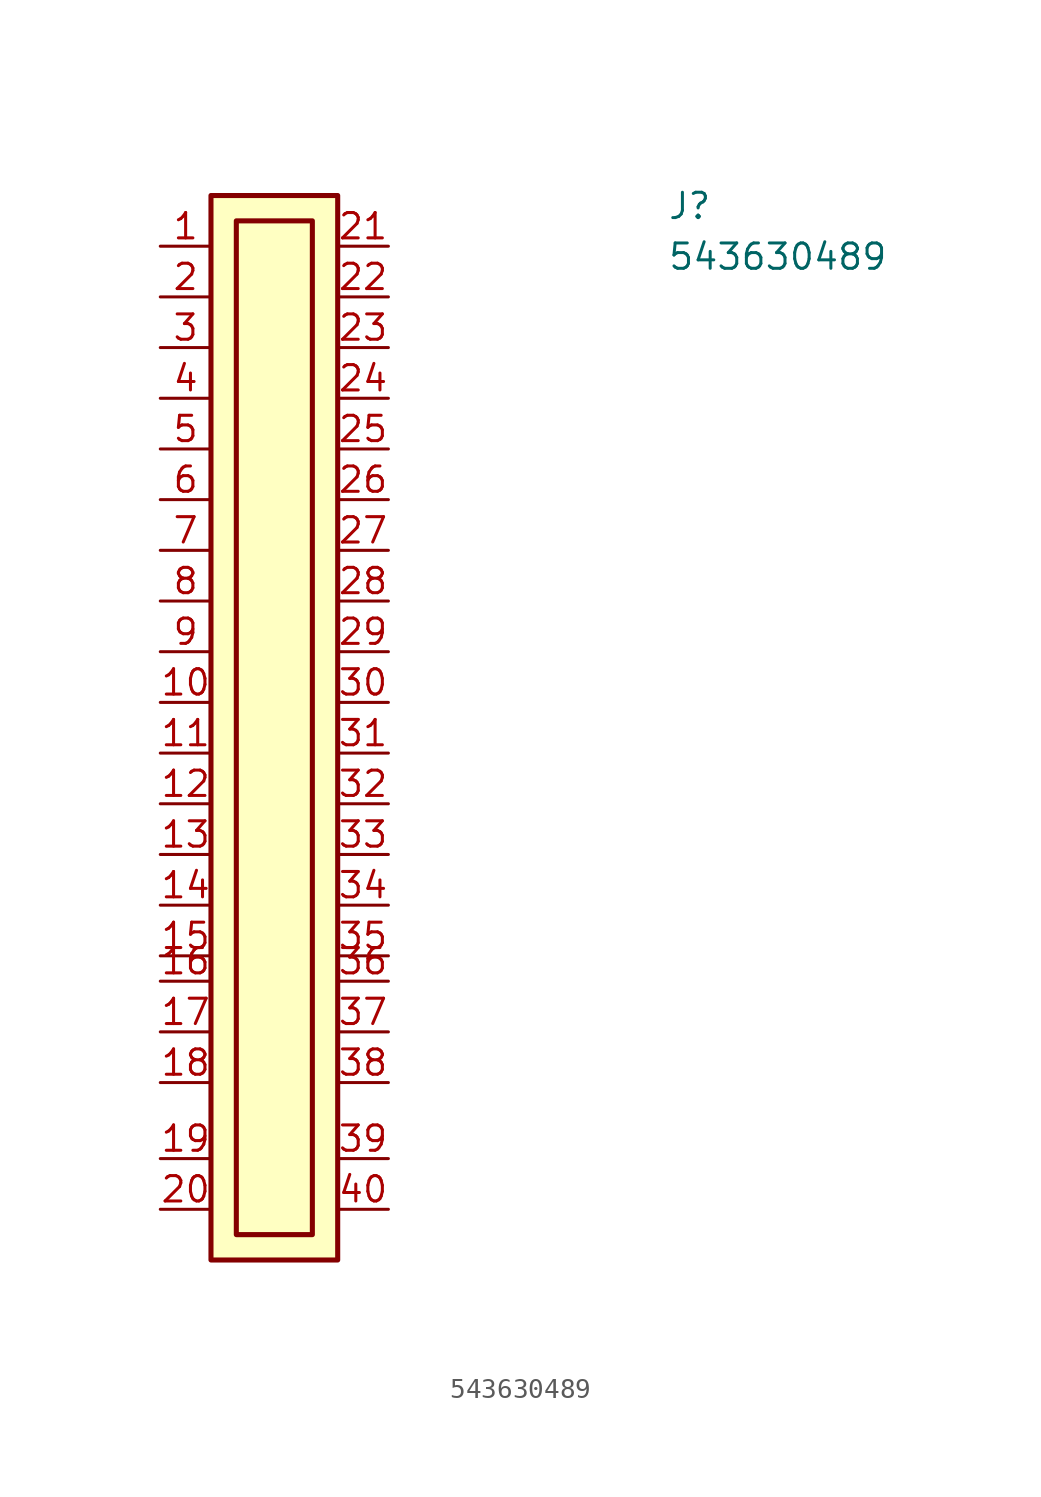
<source format=kicad_sym>
(kicad_symbol_lib
  (version 20211014)
  (generator kicad_symbol_editor)
  (symbol "543630489"
    (property "Reference" "J"
      (at 25.4 -5.08 0)
      (effects (font (size 1.27 1.27) (thickness 0.15)) (justify left bottom)))
    (property "Value" "543630489"
      (at 25.4 -7.62 0)
      (effects (font (size 1.27 1.27) (thickness 0.15)) (justify left bottom)))
    (symbol "543630489_1_1"
      (rectangle (start 2.54 -3.81) (end 8.89 -57.15) (stroke (width 0.254) (type default) (color 0 0 0 0)) (fill (type background)))
      (rectangle (start 3.81 -5.08) (end 7.62 -55.88) (stroke (width 0.254) (type default) (color 0 0 0 0)) (fill (type background)))
      (pin bidirectional line (at 0 -6.35 0) (length 2.54) (name "~" (effects (font (size 1.27 1.27)))) (number "1" (effects (font (size 1.27 1.27)))))
      (pin bidirectional line (at 0 -29.21 0) (length 2.54) (name "~" (effects (font (size 1.27 1.27)))) (number "10" (effects (font (size 1.27 1.27)))))
      (pin bidirectional line (at 0 -31.75 0) (length 2.54) (name "~" (effects (font (size 1.27 1.27)))) (number "11" (effects (font (size 1.27 1.27)))))
      (pin bidirectional line (at 0 -34.29 0) (length 2.54) (name "~" (effects (font (size 1.27 1.27)))) (number "12" (effects (font (size 1.27 1.27)))))
      (pin bidirectional line (at 0 -36.83 0) (length 2.54) (name "~" (effects (font (size 1.27 1.27)))) (number "13" (effects (font (size 1.27 1.27)))))
      (pin bidirectional line (at 0 -39.37 0) (length 2.54) (name "~" (effects (font (size 1.27 1.27)))) (number "14" (effects (font (size 1.27 1.27)))))
      (pin bidirectional line (at 0 -41.91 0) (length 2.54) (name "~" (effects (font (size 1.27 1.27)))) (number "15" (effects (font (size 1.27 1.27)))))
      (pin bidirectional line (at 0 -43.18 0) (length 2.54) (name "~" (effects (font (size 1.27 1.27)))) (number "16" (effects (font (size 1.27 1.27)))))
      (pin bidirectional line (at 0 -45.72 0) (length 2.54) (name "~" (effects (font (size 1.27 1.27)))) (number "17" (effects (font (size 1.27 1.27)))))
      (pin bidirectional line (at 0 -48.26 0) (length 2.54) (name "~" (effects (font (size 1.27 1.27)))) (number "18" (effects (font (size 1.27 1.27)))))
      (pin bidirectional line (at 0 -52.07 0) (length 2.54) (name "~" (effects (font (size 1.27 1.27)))) (number "19" (effects (font (size 1.27 1.27)))))
      (pin bidirectional line (at 0 -8.89 0) (length 2.54) (name "~" (effects (font (size 1.27 1.27)))) (number "2" (effects (font (size 1.27 1.27)))))
      (pin bidirectional line (at 0 -54.61 0) (length 2.54) (name "~" (effects (font (size 1.27 1.27)))) (number "20" (effects (font (size 1.27 1.27)))))
      (pin bidirectional line (at 11.43 -6.35 180) (length 2.54) (name "~" (effects (font (size 1.27 1.27)))) (number "21" (effects (font (size 1.27 1.27)))))
      (pin bidirectional line (at 11.43 -8.89 180) (length 2.54) (name "~" (effects (font (size 1.27 1.27)))) (number "22" (effects (font (size 1.27 1.27)))))
      (pin bidirectional line (at 11.43 -11.43 180) (length 2.54) (name "~" (effects (font (size 1.27 1.27)))) (number "23" (effects (font (size 1.27 1.27)))))
      (pin bidirectional line (at 11.43 -13.97 180) (length 2.54) (name "~" (effects (font (size 1.27 1.27)))) (number "24" (effects (font (size 1.27 1.27)))))
      (pin bidirectional line (at 11.43 -16.51 180) (length 2.54) (name "~" (effects (font (size 1.27 1.27)))) (number "25" (effects (font (size 1.27 1.27)))))
      (pin bidirectional line (at 11.43 -19.05 180) (length 2.54) (name "~" (effects (font (size 1.27 1.27)))) (number "26" (effects (font (size 1.27 1.27)))))
      (pin bidirectional line (at 11.43 -21.59 180) (length 2.54) (name "~" (effects (font (size 1.27 1.27)))) (number "27" (effects (font (size 1.27 1.27)))))
      (pin bidirectional line (at 11.43 -24.13 180) (length 2.54) (name "~" (effects (font (size 1.27 1.27)))) (number "28" (effects (font (size 1.27 1.27)))))
      (pin bidirectional line (at 11.43 -26.67 180) (length 2.54) (name "~" (effects (font (size 1.27 1.27)))) (number "29" (effects (font (size 1.27 1.27)))))
      (pin bidirectional line (at 0 -11.43 0) (length 2.54) (name "~" (effects (font (size 1.27 1.27)))) (number "3" (effects (font (size 1.27 1.27)))))
      (pin bidirectional line (at 11.43 -29.21 180) (length 2.54) (name "~" (effects (font (size 1.27 1.27)))) (number "30" (effects (font (size 1.27 1.27)))))
      (pin bidirectional line (at 11.43 -31.75 180) (length 2.54) (name "~" (effects (font (size 1.27 1.27)))) (number "31" (effects (font (size 1.27 1.27)))))
      (pin bidirectional line (at 11.43 -34.29 180) (length 2.54) (name "~" (effects (font (size 1.27 1.27)))) (number "32" (effects (font (size 1.27 1.27)))))
      (pin bidirectional line (at 11.43 -36.83 180) (length 2.54) (name "~" (effects (font (size 1.27 1.27)))) (number "33" (effects (font (size 1.27 1.27)))))
      (pin bidirectional line (at 11.43 -39.37 180) (length 2.54) (name "~" (effects (font (size 1.27 1.27)))) (number "34" (effects (font (size 1.27 1.27)))))
      (pin bidirectional line (at 11.43 -41.91 180) (length 2.54) (name "~" (effects (font (size 1.27 1.27)))) (number "35" (effects (font (size 1.27 1.27)))))
      (pin bidirectional line (at 11.43 -43.18 180) (length 2.54) (name "~" (effects (font (size 1.27 1.27)))) (number "36" (effects (font (size 1.27 1.27)))))
      (pin bidirectional line (at 11.43 -45.72 180) (length 2.54) (name "~" (effects (font (size 1.27 1.27)))) (number "37" (effects (font (size 1.27 1.27)))))
      (pin bidirectional line (at 11.43 -48.26 180) (length 2.54) (name "~" (effects (font (size 1.27 1.27)))) (number "38" (effects (font (size 1.27 1.27)))))
      (pin bidirectional line (at 11.43 -52.07 180) (length 2.54) (name "~" (effects (font (size 1.27 1.27)))) (number "39" (effects (font (size 1.27 1.27)))))
      (pin bidirectional line (at 0 -13.97 0) (length 2.54) (name "~" (effects (font (size 1.27 1.27)))) (number "4" (effects (font (size 1.27 1.27)))))
      (pin bidirectional line (at 11.43 -54.61 180) (length 2.54) (name "~" (effects (font (size 1.27 1.27)))) (number "40" (effects (font (size 1.27 1.27)))))
      (pin bidirectional line (at 0 -16.51 0) (length 2.54) (name "~" (effects (font (size 1.27 1.27)))) (number "5" (effects (font (size 1.27 1.27)))))
      (pin bidirectional line (at 0 -19.05 0) (length 2.54) (name "~" (effects (font (size 1.27 1.27)))) (number "6" (effects (font (size 1.27 1.27)))))
      (pin bidirectional line (at 0 -21.59 0) (length 2.54) (name "~" (effects (font (size 1.27 1.27)))) (number "7" (effects (font (size 1.27 1.27)))))
      (pin bidirectional line (at 0 -24.13 0) (length 2.54) (name "~" (effects (font (size 1.27 1.27)))) (number "8" (effects (font (size 1.27 1.27)))))
      (pin bidirectional line (at 0 -26.67 0) (length 2.54) (name "~" (effects (font (size 1.27 1.27)))) (number "9" (effects (font (size 1.27 1.27))))))))
</source>
